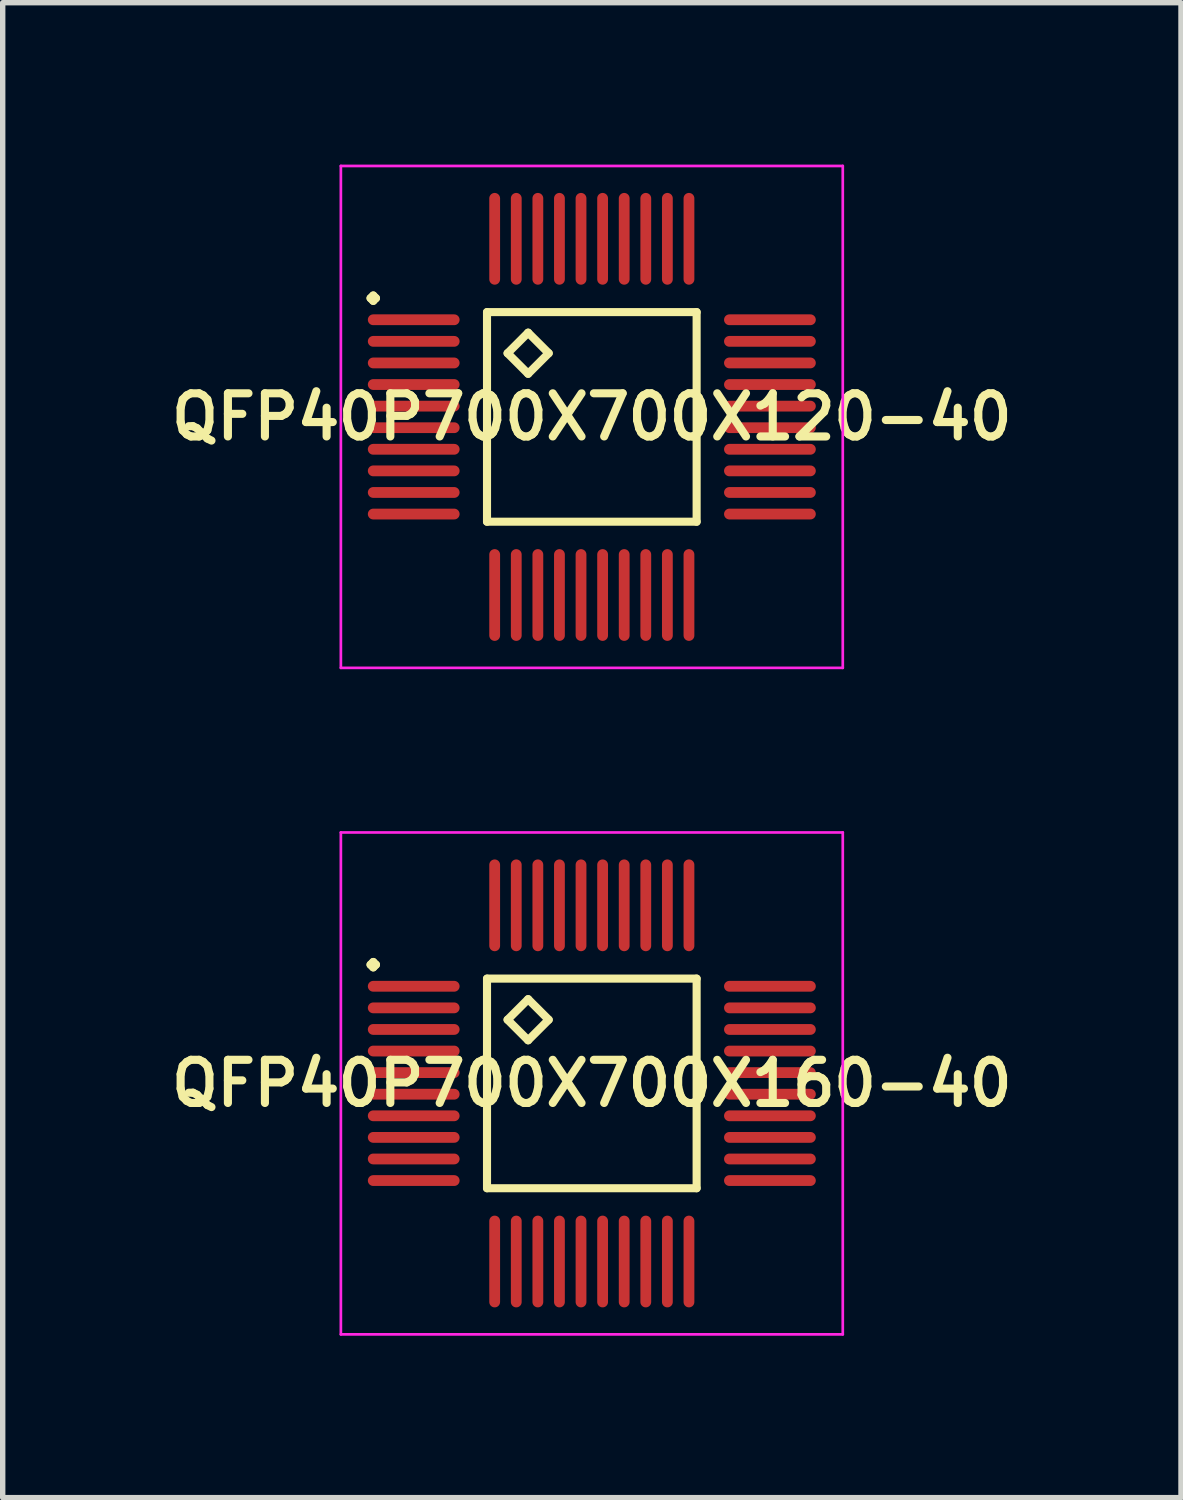
<source format=kicad_pcb>
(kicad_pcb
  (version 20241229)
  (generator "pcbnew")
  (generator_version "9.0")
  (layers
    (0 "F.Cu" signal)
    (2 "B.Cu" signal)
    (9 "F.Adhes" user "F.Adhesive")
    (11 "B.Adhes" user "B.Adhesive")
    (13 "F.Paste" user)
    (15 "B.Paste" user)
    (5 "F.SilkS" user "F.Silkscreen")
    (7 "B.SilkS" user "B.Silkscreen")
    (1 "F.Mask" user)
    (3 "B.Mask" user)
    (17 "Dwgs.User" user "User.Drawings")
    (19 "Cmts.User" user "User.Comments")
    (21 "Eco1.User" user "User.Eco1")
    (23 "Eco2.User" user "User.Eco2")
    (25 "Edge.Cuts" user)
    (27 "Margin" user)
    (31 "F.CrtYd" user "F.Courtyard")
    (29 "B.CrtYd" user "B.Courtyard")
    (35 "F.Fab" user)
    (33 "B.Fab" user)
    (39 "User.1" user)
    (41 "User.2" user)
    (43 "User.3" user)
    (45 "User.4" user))
  (footprint "QFP40P700X700X120-40"
    (layer "F.Cu")
    (at 7.916 4.675)
    (property "Reference" "QFP40P700X700X120-40" (at 0 0 0) (layer "F.SilkS") (effects (font (size 0.8 0.8) (thickness 0.15))))
    (attr smd)
    (fp_line (start -4.1 -2.2) (end -4.05 -2.25) (stroke (width 0.15) (type solid)) (layer "F.SilkS"))
    (fp_line (start -4.05 -2.25) (end -4 -2.2) (stroke (width 0.15) (type solid)) (layer "F.SilkS"))
    (fp_line (start -4.05 -2.15) (end -4.1 -2.2) (stroke (width 0.15) (type solid)) (layer "F.SilkS"))
    (fp_line (start -4 -2.2) (end -4.05 -2.15) (stroke (width 0.15) (type solid)) (layer "F.SilkS"))
    (fp_line (start -1.942 -1.942) (end -1.942 1.942) (stroke (width 0.15) (type solid)) (layer "F.SilkS"))
    (fp_line (start -1.942 1.942) (end 1.942 1.942) (stroke (width 0.15) (type solid)) (layer "F.SilkS"))
    (fp_line (start -1.561 -1.18) (end -1.18 -1.561) (stroke (width 0.15) (type solid)) (layer "F.SilkS"))
    (fp_line (start -1.18 -1.561) (end -0.799 -1.18) (stroke (width 0.15) (type solid)) (layer "F.SilkS"))
    (fp_line (start -1.18 -0.799) (end -1.561 -1.18) (stroke (width 0.15) (type solid)) (layer "F.SilkS"))
    (fp_line (start -0.799 -1.18) (end -1.18 -0.799) (stroke (width 0.15) (type solid)) (layer "F.SilkS"))
    (fp_line (start 1.942 -1.942) (end -1.942 -1.942) (stroke (width 0.15) (type solid)) (layer "F.SilkS"))
    (fp_line (start 1.942 1.942) (end 1.942 -1.942) (stroke (width 0.15) (type solid)) (layer "F.SilkS"))
    (fp_line (start -4.65 -4.65) (end 4.65 -4.65) (stroke (width 0.05) (type solid)) (layer "F.CrtYd"))
    (fp_line (start -4.65 4.65) (end -4.65 -4.65) (stroke (width 0.05) (type solid)) (layer "F.CrtYd"))
    (fp_line (start 4.65 -4.65) (end 4.65 4.65) (stroke (width 0.05) (type solid)) (layer "F.CrtYd"))
    (fp_line (start 4.65 4.65) (end -4.65 4.65) (stroke (width 0.05) (type solid)) (layer "F.CrtYd"))
    (pad "1" smd oval (at -3.3 -1.8) (size 1.7 0.2) (layers "F.Cu" "F.Mask" "F.Paste"))
    (pad "2" smd oval (at -3.3 -1.4) (size 1.7 0.2) (layers "F.Cu" "F.Mask" "F.Paste"))
    (pad "3" smd oval (at -3.3 -1) (size 1.7 0.2) (layers "F.Cu" "F.Mask" "F.Paste"))
    (pad "4" smd oval (at -3.3 -0.6) (size 1.7 0.2) (layers "F.Cu" "F.Mask" "F.Paste"))
    (pad "5" smd oval (at -3.3 -0.2) (size 1.7 0.2) (layers "F.Cu" "F.Mask" "F.Paste"))
    (pad "6" smd oval (at -3.3 0.2) (size 1.7 0.2) (layers "F.Cu" "F.Mask" "F.Paste"))
    (pad "7" smd oval (at -3.3 0.6) (size 1.7 0.2) (layers "F.Cu" "F.Mask" "F.Paste"))
    (pad "8" smd oval (at -3.3 1) (size 1.7 0.2) (layers "F.Cu" "F.Mask" "F.Paste"))
    (pad "9" smd oval (at -3.3 1.4) (size 1.7 0.2) (layers "F.Cu" "F.Mask" "F.Paste"))
    (pad "10" smd oval (at -3.3 1.8) (size 1.7 0.2) (layers "F.Cu" "F.Mask" "F.Paste"))
    (pad "11" smd oval (at -1.8 3.3) (size 0.2 1.7) (layers "F.Cu" "F.Mask" "F.Paste"))
    (pad "12" smd oval (at -1.4 3.3) (size 0.2 1.7) (layers "F.Cu" "F.Mask" "F.Paste"))
    (pad "13" smd oval (at -1 3.3) (size 0.2 1.7) (layers "F.Cu" "F.Mask" "F.Paste"))
    (pad "14" smd oval (at -0.6 3.3) (size 0.2 1.7) (layers "F.Cu" "F.Mask" "F.Paste"))
    (pad "15" smd oval (at -0.2 3.3) (size 0.2 1.7) (layers "F.Cu" "F.Mask" "F.Paste"))
    (pad "16" smd oval (at 0.2 3.3) (size 0.2 1.7) (layers "F.Cu" "F.Mask" "F.Paste"))
    (pad "17" smd oval (at 0.6 3.3) (size 0.2 1.7) (layers "F.Cu" "F.Mask" "F.Paste"))
    (pad "18" smd oval (at 1 3.3) (size 0.2 1.7) (layers "F.Cu" "F.Mask" "F.Paste"))
    (pad "19" smd oval (at 1.4 3.3) (size 0.2 1.7) (layers "F.Cu" "F.Mask" "F.Paste"))
    (pad "20" smd oval (at 1.8 3.3) (size 0.2 1.7) (layers "F.Cu" "F.Mask" "F.Paste"))
    (pad "21" smd oval (at 3.3 1.8) (size 1.7 0.2) (layers "F.Cu" "F.Mask" "F.Paste"))
    (pad "22" smd oval (at 3.3 1.4) (size 1.7 0.2) (layers "F.Cu" "F.Mask" "F.Paste"))
    (pad "23" smd oval (at 3.3 1) (size 1.7 0.2) (layers "F.Cu" "F.Mask" "F.Paste"))
    (pad "24" smd oval (at 3.3 0.6) (size 1.7 0.2) (layers "F.Cu" "F.Mask" "F.Paste"))
    (pad "25" smd oval (at 3.3 0.2) (size 1.7 0.2) (layers "F.Cu" "F.Mask" "F.Paste"))
    (pad "26" smd oval (at 3.3 -0.2) (size 1.7 0.2) (layers "F.Cu" "F.Mask" "F.Paste"))
    (pad "27" smd oval (at 3.3 -0.6) (size 1.7 0.2) (layers "F.Cu" "F.Mask" "F.Paste"))
    (pad "28" smd oval (at 3.3 -1) (size 1.7 0.2) (layers "F.Cu" "F.Mask" "F.Paste"))
    (pad "29" smd oval (at 3.3 -1.4) (size 1.7 0.2) (layers "F.Cu" "F.Mask" "F.Paste"))
    (pad "30" smd oval (at 3.3 -1.8) (size 1.7 0.2) (layers "F.Cu" "F.Mask" "F.Paste"))
    (pad "31" smd oval (at 1.8 -3.3) (size 0.2 1.7) (layers "F.Cu" "F.Mask" "F.Paste"))
    (pad "32" smd oval (at 1.4 -3.3) (size 0.2 1.7) (layers "F.Cu" "F.Mask" "F.Paste"))
    (pad "33" smd oval (at 1 -3.3) (size 0.2 1.7) (layers "F.Cu" "F.Mask" "F.Paste"))
    (pad "34" smd oval (at 0.6 -3.3) (size 0.2 1.7) (layers "F.Cu" "F.Mask" "F.Paste"))
    (pad "35" smd oval (at 0.2 -3.3) (size 0.2 1.7) (layers "F.Cu" "F.Mask" "F.Paste"))
    (pad "36" smd oval (at -0.2 -3.3) (size 0.2 1.7) (layers "F.Cu" "F.Mask" "F.Paste"))
    (pad "37" smd oval (at -0.6 -3.3) (size 0.2 1.7) (layers "F.Cu" "F.Mask" "F.Paste"))
    (pad "38" smd oval (at -1 -3.3) (size 0.2 1.7) (layers "F.Cu" "F.Mask" "F.Paste"))
    (pad "39" smd oval (at -1.4 -3.3) (size 0.2 1.7) (layers "F.Cu" "F.Mask" "F.Paste"))
    (pad "40" smd oval (at -1.8 -3.3) (size 0.2 1.7) (layers "F.Cu" "F.Mask" "F.Paste")))
  (footprint "QFP40P700X700X160-40"
    (layer "F.Cu")
    (at 7.916 17.025)
    (property "Reference" "QFP40P700X700X160-40" (at 0 0 0) (layer "F.SilkS") (effects (font (size 0.8 0.8) (thickness 0.15))))
    (attr smd)
    (fp_line (start -4.1 -2.2) (end -4.05 -2.25) (stroke (width 0.15) (type solid)) (layer "F.SilkS"))
    (fp_line (start -4.05 -2.25) (end -4 -2.2) (stroke (width 0.15) (type solid)) (layer "F.SilkS"))
    (fp_line (start -4.05 -2.15) (end -4.1 -2.2) (stroke (width 0.15) (type solid)) (layer "F.SilkS"))
    (fp_line (start -4 -2.2) (end -4.05 -2.15) (stroke (width 0.15) (type solid)) (layer "F.SilkS"))
    (fp_line (start -1.942 -1.942) (end -1.942 1.942) (stroke (width 0.15) (type solid)) (layer "F.SilkS"))
    (fp_line (start -1.942 1.942) (end 1.942 1.942) (stroke (width 0.15) (type solid)) (layer "F.SilkS"))
    (fp_line (start -1.561 -1.18) (end -1.18 -1.561) (stroke (width 0.15) (type solid)) (layer "F.SilkS"))
    (fp_line (start -1.18 -1.561) (end -0.799 -1.18) (stroke (width 0.15) (type solid)) (layer "F.SilkS"))
    (fp_line (start -1.18 -0.799) (end -1.561 -1.18) (stroke (width 0.15) (type solid)) (layer "F.SilkS"))
    (fp_line (start -0.799 -1.18) (end -1.18 -0.799) (stroke (width 0.15) (type solid)) (layer "F.SilkS"))
    (fp_line (start 1.942 -1.942) (end -1.942 -1.942) (stroke (width 0.15) (type solid)) (layer "F.SilkS"))
    (fp_line (start 1.942 1.942) (end 1.942 -1.942) (stroke (width 0.15) (type solid)) (layer "F.SilkS"))
    (fp_line (start -4.65 -4.65) (end 4.65 -4.65) (stroke (width 0.05) (type solid)) (layer "F.CrtYd"))
    (fp_line (start -4.65 4.65) (end -4.65 -4.65) (stroke (width 0.05) (type solid)) (layer "F.CrtYd"))
    (fp_line (start 4.65 -4.65) (end 4.65 4.65) (stroke (width 0.05) (type solid)) (layer "F.CrtYd"))
    (fp_line (start 4.65 4.65) (end -4.65 4.65) (stroke (width 0.05) (type solid)) (layer "F.CrtYd"))
    (pad "1" smd oval (at -3.3 -1.8) (size 1.7 0.2) (layers "F.Cu" "F.Mask" "F.Paste"))
    (pad "2" smd oval (at -3.3 -1.4) (size 1.7 0.2) (layers "F.Cu" "F.Mask" "F.Paste"))
    (pad "3" smd oval (at -3.3 -1) (size 1.7 0.2) (layers "F.Cu" "F.Mask" "F.Paste"))
    (pad "4" smd oval (at -3.3 -0.6) (size 1.7 0.2) (layers "F.Cu" "F.Mask" "F.Paste"))
    (pad "5" smd oval (at -3.3 -0.2) (size 1.7 0.2) (layers "F.Cu" "F.Mask" "F.Paste"))
    (pad "6" smd oval (at -3.3 0.2) (size 1.7 0.2) (layers "F.Cu" "F.Mask" "F.Paste"))
    (pad "7" smd oval (at -3.3 0.6) (size 1.7 0.2) (layers "F.Cu" "F.Mask" "F.Paste"))
    (pad "8" smd oval (at -3.3 1) (size 1.7 0.2) (layers "F.Cu" "F.Mask" "F.Paste"))
    (pad "9" smd oval (at -3.3 1.4) (size 1.7 0.2) (layers "F.Cu" "F.Mask" "F.Paste"))
    (pad "10" smd oval (at -3.3 1.8) (size 1.7 0.2) (layers "F.Cu" "F.Mask" "F.Paste"))
    (pad "11" smd oval (at -1.8 3.3) (size 0.2 1.7) (layers "F.Cu" "F.Mask" "F.Paste"))
    (pad "12" smd oval (at -1.4 3.3) (size 0.2 1.7) (layers "F.Cu" "F.Mask" "F.Paste"))
    (pad "13" smd oval (at -1 3.3) (size 0.2 1.7) (layers "F.Cu" "F.Mask" "F.Paste"))
    (pad "14" smd oval (at -0.6 3.3) (size 0.2 1.7) (layers "F.Cu" "F.Mask" "F.Paste"))
    (pad "15" smd oval (at -0.2 3.3) (size 0.2 1.7) (layers "F.Cu" "F.Mask" "F.Paste"))
    (pad "16" smd oval (at 0.2 3.3) (size 0.2 1.7) (layers "F.Cu" "F.Mask" "F.Paste"))
    (pad "17" smd oval (at 0.6 3.3) (size 0.2 1.7) (layers "F.Cu" "F.Mask" "F.Paste"))
    (pad "18" smd oval (at 1 3.3) (size 0.2 1.7) (layers "F.Cu" "F.Mask" "F.Paste"))
    (pad "19" smd oval (at 1.4 3.3) (size 0.2 1.7) (layers "F.Cu" "F.Mask" "F.Paste"))
    (pad "20" smd oval (at 1.8 3.3) (size 0.2 1.7) (layers "F.Cu" "F.Mask" "F.Paste"))
    (pad "21" smd oval (at 3.3 1.8) (size 1.7 0.2) (layers "F.Cu" "F.Mask" "F.Paste"))
    (pad "22" smd oval (at 3.3 1.4) (size 1.7 0.2) (layers "F.Cu" "F.Mask" "F.Paste"))
    (pad "23" smd oval (at 3.3 1) (size 1.7 0.2) (layers "F.Cu" "F.Mask" "F.Paste"))
    (pad "24" smd oval (at 3.3 0.6) (size 1.7 0.2) (layers "F.Cu" "F.Mask" "F.Paste"))
    (pad "25" smd oval (at 3.3 0.2) (size 1.7 0.2) (layers "F.Cu" "F.Mask" "F.Paste"))
    (pad "26" smd oval (at 3.3 -0.2) (size 1.7 0.2) (layers "F.Cu" "F.Mask" "F.Paste"))
    (pad "27" smd oval (at 3.3 -0.6) (size 1.7 0.2) (layers "F.Cu" "F.Mask" "F.Paste"))
    (pad "28" smd oval (at 3.3 -1) (size 1.7 0.2) (layers "F.Cu" "F.Mask" "F.Paste"))
    (pad "29" smd oval (at 3.3 -1.4) (size 1.7 0.2) (layers "F.Cu" "F.Mask" "F.Paste"))
    (pad "30" smd oval (at 3.3 -1.8) (size 1.7 0.2) (layers "F.Cu" "F.Mask" "F.Paste"))
    (pad "31" smd oval (at 1.8 -3.3) (size 0.2 1.7) (layers "F.Cu" "F.Mask" "F.Paste"))
    (pad "32" smd oval (at 1.4 -3.3) (size 0.2 1.7) (layers "F.Cu" "F.Mask" "F.Paste"))
    (pad "33" smd oval (at 1 -3.3) (size 0.2 1.7) (layers "F.Cu" "F.Mask" "F.Paste"))
    (pad "34" smd oval (at 0.6 -3.3) (size 0.2 1.7) (layers "F.Cu" "F.Mask" "F.Paste"))
    (pad "35" smd oval (at 0.2 -3.3) (size 0.2 1.7) (layers "F.Cu" "F.Mask" "F.Paste"))
    (pad "36" smd oval (at -0.2 -3.3) (size 0.2 1.7) (layers "F.Cu" "F.Mask" "F.Paste"))
    (pad "37" smd oval (at -0.6 -3.3) (size 0.2 1.7) (layers "F.Cu" "F.Mask" "F.Paste"))
    (pad "38" smd oval (at -1 -3.3) (size 0.2 1.7) (layers "F.Cu" "F.Mask" "F.Paste"))
    (pad "39" smd oval (at -1.4 -3.3) (size 0.2 1.7) (layers "F.Cu" "F.Mask" "F.Paste"))
    (pad "40" smd oval (at -1.8 -3.3) (size 0.2 1.7) (layers "F.Cu" "F.Mask" "F.Paste")))
  (gr_rect
    (start -3 -3)
    (end 18.833 24.7)
    (stroke (width 0.1) (type default))
    (fill no)
    (layer "Edge.Cuts")))
</source>
